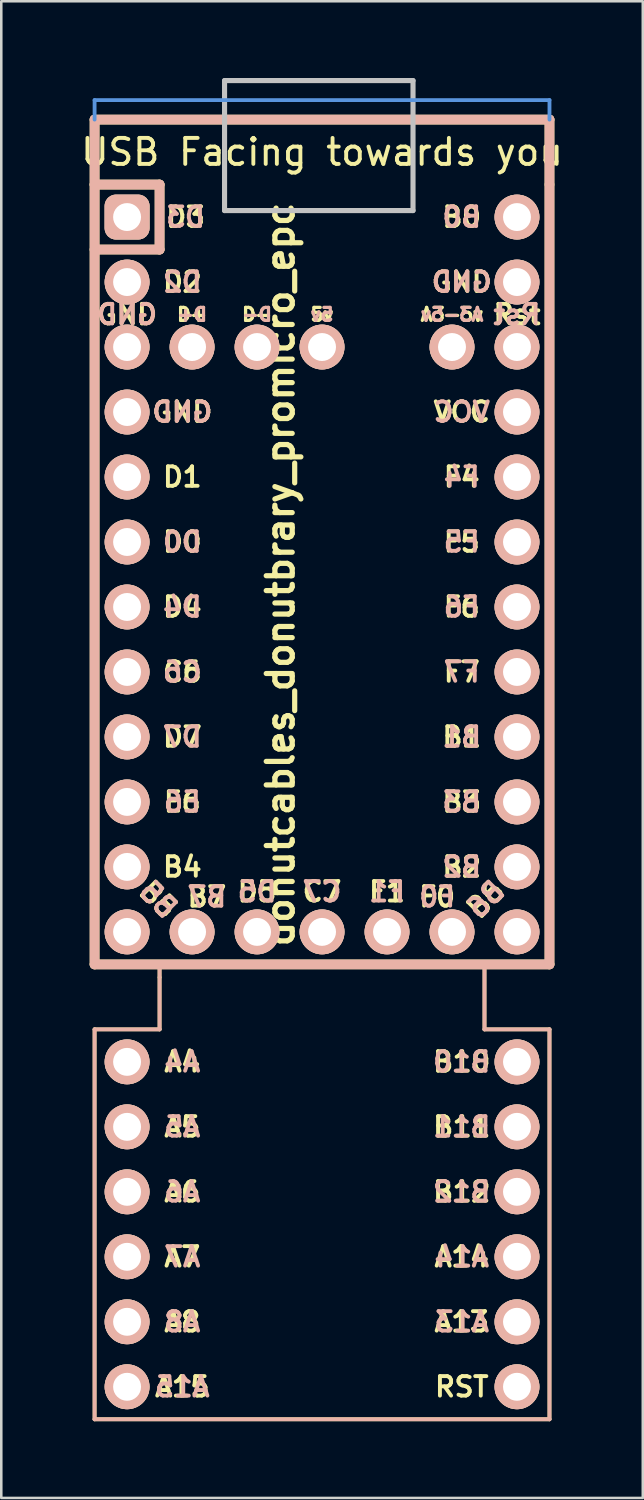
<source format=kicad_pcb>
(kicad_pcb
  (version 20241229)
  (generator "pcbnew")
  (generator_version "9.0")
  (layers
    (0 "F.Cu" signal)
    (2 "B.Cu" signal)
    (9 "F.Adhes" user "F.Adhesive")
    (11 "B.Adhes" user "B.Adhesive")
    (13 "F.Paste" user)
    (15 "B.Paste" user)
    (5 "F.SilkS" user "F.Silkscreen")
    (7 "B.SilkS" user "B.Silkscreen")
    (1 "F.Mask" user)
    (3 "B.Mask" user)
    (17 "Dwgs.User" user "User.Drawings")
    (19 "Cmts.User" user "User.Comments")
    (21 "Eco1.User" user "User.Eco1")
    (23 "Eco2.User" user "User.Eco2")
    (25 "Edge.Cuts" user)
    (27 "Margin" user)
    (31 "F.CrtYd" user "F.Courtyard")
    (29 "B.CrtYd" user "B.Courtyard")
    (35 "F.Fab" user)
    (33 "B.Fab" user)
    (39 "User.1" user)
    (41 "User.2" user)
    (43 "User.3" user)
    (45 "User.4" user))
  (footprint "donutcables_donutbrary_promicro_epc"
    (layer "F.Cu")
    (at 9.537 19.404)
    (property "Reference" "donutcables_donutbrary_promicro_epc" (at -1.625 0 270) (layer "F.SilkS") (effects (font (size 1.016 1.016) (thickness 0.203))))
    (attr through_hole)
    (fp_line (start -8.89 -17.78) (end -8.89 -15.24) (stroke (width 0.381) (type solid)) (layer "F.SilkS"))
    (fp_line (start -8.89 -15.24) (end -8.89 15.24) (stroke (width 0.381) (type solid)) (layer "F.SilkS"))
    (fp_line (start -8.89 15.24) (end 8.89 15.24) (stroke (width 0.381) (type solid)) (layer "F.SilkS"))
    (fp_line (start -8.89 33.02) (end -8.89 17.78) (stroke (width 0.15) (type solid)) (layer "F.SilkS"))
    (fp_line (start -6.35 -15.24) (end -8.89 -15.24) (stroke (width 0.381) (type solid)) (layer "F.SilkS"))
    (fp_line (start -6.35 -15.24) (end -6.35 -12.7) (stroke (width 0.381) (type solid)) (layer "F.SilkS"))
    (fp_line (start -6.35 -12.7) (end -8.89 -12.7) (stroke (width 0.381) (type solid)) (layer "F.SilkS"))
    (fp_line (start -6.35 15.748) (end -6.35 15.24) (stroke (width 0.15) (type solid)) (layer "F.SilkS"))
    (fp_line (start -6.35 15.748) (end -6.35 17.78) (stroke (width 0.15) (type solid)) (layer "F.SilkS"))
    (fp_line (start -6.35 17.78) (end -8.89 17.78) (stroke (width 0.15) (type solid)) (layer "F.SilkS"))
    (fp_line (start 6.35 15.24) (end 6.35 17.78) (stroke (width 0.15) (type solid)) (layer "F.SilkS"))
    (fp_line (start 6.35 17.78) (end 8.89 17.78) (stroke (width 0.15) (type solid)) (layer "F.SilkS"))
    (fp_line (start 8.89 -17.78) (end -8.89 -17.78) (stroke (width 0.381) (type solid)) (layer "F.SilkS"))
    (fp_line (start 8.89 -15.24) (end 8.89 -17.78) (stroke (width 0.381) (type solid)) (layer "F.SilkS"))
    (fp_line (start 8.89 15.24) (end 8.89 -15.24) (stroke (width 0.381) (type solid)) (layer "F.SilkS"))
    (fp_line (start 8.89 17.78) (end 8.89 33.02) (stroke (width 0.15) (type solid)) (layer "F.SilkS"))
    (fp_line (start 8.89 33.02) (end -8.89 33.02) (stroke (width 0.15) (type solid)) (layer "F.SilkS"))
    (fp_line (start -8.89 -17.78) (end -8.89 15.24) (stroke (width 0.381) (type solid)) (layer "B.SilkS"))
    (fp_line (start -8.89 15.24) (end 8.89 15.24) (stroke (width 0.381) (type solid)) (layer "B.SilkS"))
    (fp_line (start -8.89 17.78) (end -8.89 33.02) (stroke (width 0.15) (type solid)) (layer "B.SilkS"))
    (fp_line (start -8.89 33.02) (end 8.89 33.02) (stroke (width 0.15) (type solid)) (layer "B.SilkS"))
    (fp_line (start -6.35 -15.24) (end -8.89 -15.24) (stroke (width 0.381) (type solid)) (layer "B.SilkS"))
    (fp_line (start -6.35 -15.24) (end -6.35 -12.7) (stroke (width 0.381) (type solid)) (layer "B.SilkS"))
    (fp_line (start -6.35 -12.7) (end -8.89 -12.7) (stroke (width 0.381) (type solid)) (layer "B.SilkS"))
    (fp_line (start -6.35 15.24) (end -6.35 17.78) (stroke (width 0.15) (type solid)) (layer "B.SilkS"))
    (fp_line (start -6.35 17.78) (end -8.89 17.78) (stroke (width 0.15) (type solid)) (layer "B.SilkS"))
    (fp_line (start 6.35 17.78) (end 6.35 15.24) (stroke (width 0.15) (type solid)) (layer "B.SilkS"))
    (fp_line (start 8.89 -17.78) (end -8.89 -17.78) (stroke (width 0.381) (type solid)) (layer "B.SilkS"))
    (fp_line (start 8.89 15.24) (end 8.89 -17.78) (stroke (width 0.381) (type solid)) (layer "B.SilkS"))
    (fp_line (start 8.89 17.78) (end 6.35 17.78) (stroke (width 0.15) (type solid)) (layer "B.SilkS"))
    (fp_line (start 8.89 33.02) (end 8.89 17.78) (stroke (width 0.15) (type solid)) (layer "B.SilkS"))
    (fp_line (start -3.81 -19.304) (end 3.556 -19.304) (stroke (width 0.2) (type solid)) (layer "Dwgs.User"))
    (fp_line (start -3.81 -14.224) (end -3.81 -19.304) (stroke (width 0.2) (type solid)) (layer "Dwgs.User"))
    (fp_line (start 3.556 -19.304) (end 3.556 -14.224) (stroke (width 0.2) (type solid)) (layer "Dwgs.User"))
    (fp_line (start 3.556 -14.224) (end -3.81 -14.224) (stroke (width 0.2) (type solid)) (layer "Dwgs.User"))
    (fp_line (start -8.89 -18.542) (end 8.89 -18.542) (stroke (width 0.15) (type solid)) (layer "Cmts.User"))
    (fp_line (start -8.89 -17.78) (end -8.89 -18.542) (stroke (width 0.15) (type solid)) (layer "Cmts.User"))
    (fp_line (start 8.89 -18.542) (end 8.89 -17.78) (stroke (width 0.15) (type solid)) (layer "Cmts.User"))
    (fp_text user "A15" (at -5.461 31.75 180) (layer "F.SilkS") (effects (font (size 0.762 0.762) (thickness 0.152))))
    (fp_text user "USB Facing towards you" (at 0 -16.51 0) (layer "F.SilkS") (effects (font (size 1.016 1.016) (thickness 0.152))))
    (fp_text user "D+" (at -5.08 -10.16 0) (layer "F.SilkS") (effects (font (size 0.508 0.508) (thickness 0.152))))
    (fp_text user "E6" (at -5.461 8.89 0) (layer "F.SilkS") (effects (font (size 0.762 0.762) (thickness 0.152))))
    (fp_text user "F4" (at 5.461 -3.81 0) (layer "F.SilkS") (effects (font (size 0.762 0.762) (thickness 0.152))))
    (fp_text user "D7" (at -5.461 6.35 0) (layer "F.SilkS") (effects (font (size 0.762 0.762) (thickness 0.152))))
    (fp_text user "5v" (at 0 -10.16 0) (layer "F.SilkS") (effects (font (size 0.508 0.508) (thickness 0.152))))
    (fp_text user "A7" (at -5.461 26.67 180) (layer "F.SilkS") (effects (font (size 0.762 0.762) (thickness 0.152))))
    (fp_text user "F1" (at 2.54 12.4 0) (layer "F.SilkS") (effects (font (size 0.762 0.762) (thickness 0.152))))
    (fp_text user "GND" (at 5.461 -11.43 0) (layer "F.SilkS") (effects (font (size 0.762 0.762) (thickness 0.152))))
    (fp_text user "A13" (at 5.461 29.21 180) (layer "F.SilkS") (effects (font (size 0.762 0.762) (thickness 0.152))))
    (fp_text user "D2" (at -5.461 -11.43 0) (layer "F.SilkS") (effects (font (size 0.762 0.762) (thickness 0.152))))
    (fp_text user "F5" (at 5.461 -1.27 0) (layer "F.SilkS") (effects (font (size 0.762 0.762) (thickness 0.152))))
    (fp_text user "A4" (at -5.461 19.05 180) (layer "F.SilkS") (effects (font (size 0.762 0.762) (thickness 0.152))))
    (fp_text user "A6" (at -5.461 24.13 180) (layer "F.SilkS") (effects (font (size 0.762 0.762) (thickness 0.152))))
    (fp_text user "B7" (at -4.5 12.6 0) (layer "F.SilkS") (effects (font (size 0.762 0.762) (thickness 0.152))))
    (fp_text user "GND" (at -7.62 -10.16 0) (layer "F.SilkS") (effects (font (size 0.762 0.762) (thickness 0.152))))
    (fp_text user "B3" (at 5.461 8.89 0) (layer "F.SilkS") (effects (font (size 0.762 0.762) (thickness 0.152))))
    (fp_text user "RST" (at 5.461 31.75 180) (layer "F.SilkS") (effects (font (size 0.762 0.762) (thickness 0.152))))
    (fp_text user "D5" (at -2.54 12.4 0) (layer "F.SilkS") (effects (font (size 0.762 0.762) (thickness 0.152))))
    (fp_text user "A8" (at -5.461 29.21 180) (layer "F.SilkS") (effects (font (size 0.762 0.762) (thickness 0.152))))
    (fp_text user "B1" (at 5.461 6.35 0) (layer "F.SilkS") (effects (font (size 0.762 0.762) (thickness 0.152))))
    (fp_text user "B4" (at -5.461 11.43 0) (layer "F.SilkS") (effects (font (size 0.762 0.762) (thickness 0.152))))
    (fp_text user "A3-5v" (at 5.08 -10.16 0) (layer "F.SilkS") (effects (font (size 0.508 0.508) (thickness 0.152))))
    (fp_text user "A5" (at -5.461 21.59 180) (layer "F.SilkS") (effects (font (size 0.762 0.762) (thickness 0.152))))
    (fp_text user "D1" (at -5.461 -3.81 0) (layer "F.SilkS") (effects (font (size 0.762 0.762) (thickness 0.152))))
    (fp_text user "B12" (at 5.461 24.13 180) (layer "F.SilkS") (effects (font (size 0.762 0.762) (thickness 0.152))))
    (fp_text user "VCC" (at 5.461 -6.35 0) (layer "F.SilkS") (effects (font (size 0.762 0.762) (thickness 0.152))))
    (fp_text user "F7" (at 5.461 3.81 0) (layer "F.SilkS") (effects (font (size 0.762 0.762) (thickness 0.152))))
    (fp_text user "B2" (at 5.461 11.43 0) (layer "F.SilkS") (effects (font (size 0.762 0.762) (thickness 0.152))))
    (fp_text user "A14" (at 5.461 26.67 180) (layer "F.SilkS") (effects (font (size 0.762 0.762) (thickness 0.152))))
    (fp_text user "D4" (at -5.461 1.27 0) (layer "F.SilkS") (effects (font (size 0.762 0.762) (thickness 0.152))))
    (fp_text user "D0" (at -5.461 -1.27 0) (layer "F.SilkS") (effects (font (size 0.762 0.762) (thickness 0.152))))
    (fp_text user "D-" (at -2.54 -10.16 0) (layer "F.SilkS") (effects (font (size 0.508 0.508) (thickness 0.152))))
    (fp_text user "C7" (at 0 12.4 0) (layer "F.SilkS") (effects (font (size 0.762 0.762) (thickness 0.152))))
    (fp_text user "GND" (at -5.461 -6.35 0) (layer "F.SilkS") (effects (font (size 0.762 0.762) (thickness 0.152))))
    (fp_text user "B5" (at -6.4 12.7 315) (layer "F.SilkS") (effects (font (size 0.762 0.762) (thickness 0.152))))
    (fp_text user "F6" (at 5.461 1.27 0) (layer "F.SilkS") (effects (font (size 0.762 0.762) (thickness 0.152))))
    (fp_text user "F0" (at 4.5 12.6 0) (layer "F.SilkS") (effects (font (size 0.762 0.762) (thickness 0.152))))
    (fp_text user "B6" (at 6.4 12.7 45) (unlocked yes) (layer "F.SilkS") (effects (font (size 0.762 0.762) (thickness 0.152))))
    (fp_text user "C6" (at -5.461 3.81 0) (layer "F.SilkS") (effects (font (size 0.762 0.762) (thickness 0.152))))
    (fp_text user "Rst" (at 7.62 -10.16 0) (layer "F.SilkS") (effects (font (size 0.762 0.762) (thickness 0.152))))
    (fp_text user "B10" (at 5.461 19.05 180) (layer "F.SilkS") (effects (font (size 0.762 0.762) (thickness 0.152))))
    (fp_text user "B11" (at 5.461 21.59 180) (layer "F.SilkS") (effects (font (size 0.762 0.762) (thickness 0.152))))
    (fp_text user "D3" (at -5.334 -13.97 0) (layer "F.SilkS") (effects (font (size 0.762 0.762) (thickness 0.152))))
    (fp_text user "B0" (at 5.461 -13.97 0) (layer "F.SilkS") (effects (font (size 0.762 0.762) (thickness 0.152))))
    (fp_text user "D5" (at -2.54 12.4 0) (layer "B.SilkS") (effects (font (size 0.762 0.762) (thickness 0.152)) (justify mirror)))
    (fp_text user "B12" (at 5.461 24.13 0) (layer "B.SilkS") (effects (font (size 0.762 0.762) (thickness 0.152)) (justify mirror)))
    (fp_text user "5v" (at 0 -10.16 0) (layer "B.SilkS") (effects (font (size 0.508 0.508) (thickness 0.152)) (justify mirror)))
    (fp_text user "A5" (at -5.461 21.59 0) (layer "B.SilkS") (effects (font (size 0.762 0.762) (thickness 0.152)) (justify mirror)))
    (fp_text user "B3" (at 5.461 8.89 0) (layer "B.SilkS") (effects (font (size 0.762 0.762) (thickness 0.152)) (justify mirror)))
    (fp_text user "B0" (at 5.461 -13.97 0) (layer "B.SilkS") (effects (font (size 0.762 0.762) (thickness 0.152)) (justify mirror)))
    (fp_text user "A13" (at 5.461 29.21 0) (layer "B.SilkS") (effects (font (size 0.762 0.762) (thickness 0.152)) (justify mirror)))
    (fp_text user "D4" (at -5.461 1.27 0) (layer "B.SilkS") (effects (font (size 0.762 0.762) (thickness 0.152)) (justify mirror)))
    (fp_text user "B11" (at 5.461 21.59 0) (layer "B.SilkS") (effects (font (size 0.762 0.762) (thickness 0.152)) (justify mirror)))
    (fp_text user "D3" (at -5.334 -13.97 0) (layer "B.SilkS") (effects (font (size 0.762 0.762) (thickness 0.152)) (justify mirror)))
    (fp_text user "F0" (at 4.5 12.6 0) (layer "B.SilkS") (effects (font (size 0.762 0.762) (thickness 0.152)) (justify mirror)))
    (fp_text user "F6" (at 5.461 1.27 0) (layer "B.SilkS") (effects (font (size 0.762 0.762) (thickness 0.152)) (justify mirror)))
    (fp_text user "F5" (at 5.461 -1.27 0) (layer "B.SilkS") (effects (font (size 0.762 0.762) (thickness 0.152)) (justify mirror)))
    (fp_text user "A6" (at -5.461 24.13 0) (layer "B.SilkS") (effects (font (size 0.762 0.762) (thickness 0.152)) (justify mirror)))
    (fp_text user "B10" (at 5.461 19.05 0) (layer "B.SilkS") (effects (font (size 0.762 0.762) (thickness 0.152)) (justify mirror)))
    (fp_text user "D7" (at -5.461 6.35 0) (layer "B.SilkS") (effects (font (size 0.762 0.762) (thickness 0.152)) (justify mirror)))
    (fp_text user "B5" (at -6.4 12.7 315) (layer "B.SilkS") (effects (font (size 0.762 0.762) (thickness 0.152)) (justify mirror)))
    (fp_text user "B6" (at 6.4 12.7 45) (unlocked yes) (layer "B.SilkS") (effects (font (size 0.762 0.762) (thickness 0.152)) (justify mirror)))
    (fp_text user "F1" (at 2.54 12.4 0) (layer "B.SilkS") (effects (font (size 0.762 0.762) (thickness 0.152)) (justify mirror)))
    (fp_text user "A4" (at -5.461 19.05 0) (layer "B.SilkS") (effects (font (size 0.762 0.762) (thickness 0.152)) (justify mirror)))
    (fp_text user "A15" (at -5.461 31.75 0) (layer "B.SilkS") (effects (font (size 0.762 0.762) (thickness 0.152)) (justify mirror)))
    (fp_text user "D0" (at -5.461 -1.27 0) (layer "B.SilkS") (effects (font (size 0.762 0.762) (thickness 0.152)) (justify mirror)))
    (fp_text user "RST" (at 5.461 31.75 0) (layer "B.SilkS") (effects (font (size 0.762 0.001) (thickness 0.152)) (justify mirror)))
    (fp_text user "B4" (at -5.461 11.43 0) (layer "B.SilkS") (effects (font (size 0.001 0.762) (thickness 0.152)) (justify mirror)))
    (fp_text user "A14" (at 5.461 26.67 0) (layer "B.SilkS") (effects (font (size 0.762 0.762) (thickness 0.152)) (justify mirror)))
    (fp_text user "A3-5v" (at 5.08 -10.16 0) (layer "B.SilkS") (effects (font (size 0.508 0.508) (thickness 0.152)) (justify mirror)))
    (fp_text user "D+" (at -5.08 -10.16 0) (layer "B.SilkS") (effects (font (size 0.508 0.508) (thickness 0.152)) (justify mirror)))
    (fp_text user "C7" (at 0 12.4 0) (layer "B.SilkS") (effects (font (size 0.762 0.762) (thickness 0.152)) (justify mirror)))
    (fp_text user "C6" (at -5.461 3.81 0) (layer "B.SilkS") (effects (font (size 0.762 0.762) (thickness 0.152)) (justify mirror)))
    (fp_text user "B1" (at 5.461 6.35 0) (layer "B.SilkS") (effects (font (size 0.762 0.762) (thickness 0.152)) (justify mirror)))
    (fp_text user "F4" (at 5.461 -3.81 0) (layer "B.SilkS") (effects (font (size 0.762 0.762) (thickness 0.152)) (justify mirror)))
    (fp_text user "D2" (at -5.461 -11.43 0) (layer "B.SilkS") (effects (font (size 0.762 0.762) (thickness 0.152)) (justify mirror)))
    (fp_text user "B2" (at 5.461 11.43 0) (layer "B.SilkS") (effects (font (size 0.762 0.762) (thickness 0.152)) (justify mirror)))
    (fp_text user "Rst" (at 7.62 -10.16 0) (layer "B.SilkS") (effects (font (size 0.762 0.762) (thickness 0.152)) (justify mirror)))
    (fp_text user "GND" (at -5.461 -6.35 0) (layer "B.SilkS") (effects (font (size 0.762 0.762) (thickness 0.152)) (justify mirror)))
    (fp_text user "D-" (at -2.54 -10.16 0) (layer "B.SilkS") (effects (font (size 0.508 0.508) (thickness 0.152)) (justify mirror)))
    (fp_text user "B7" (at -4.5 12.6 0) (layer "B.SilkS") (effects (font (size 0.762 0.762) (thickness 0.152)) (justify mirror)))
    (fp_text user "E6" (at -5.461 8.89 0) (layer "B.SilkS") (effects (font (size 0.762 0.762) (thickness 0.152)) (justify mirror)))
    (fp_text user "GND" (at -7.62 -10.16 0) (layer "B.SilkS") (effects (font (size 0.762 0.762) (thickness 0.152)) (justify mirror)))
    (fp_text user "GND" (at 5.461 -11.43 0) (layer "B.SilkS") (effects (font (size 0.762 0.762) (thickness 0.152)) (justify mirror)))
    (fp_text user "A7" (at -5.461 26.67 0) (layer "B.SilkS") (effects (font (size 0.762 0.762) (thickness 0.152)) (justify mirror)))
    (fp_text user "VCC" (at 5.461 -6.35 0) (layer "B.SilkS") (effects (font (size 0.762 0.762) (thickness 0.152)) (justify mirror)))
    (fp_text user "A8" (at -5.461 29.21 0) (layer "B.SilkS") (effects (font (size 0.762 0.762) (thickness 0.152)) (justify mirror)))
    (fp_text user "F7" (at 5.461 3.81 0) (layer "B.SilkS") (effects (font (size 0.762 0.762) (thickness 0.152)) (justify mirror)))
    (fp_text user "D1" (at -5.461 -3.81 0) (layer "B.SilkS") (effects (font (size 0.001 0.762) (thickness 0.152)) (justify mirror)))
    (pad "1" thru_hole roundrect (at -7.62 -13.97 270) (size 1.753 1.753) (drill 1.092) (layers "*.Cu" "*.SilkS" "*.Mask") (roundrect_rratio 0.25))
    (pad "2" thru_hole circle (at -7.62 -11.43 270) (size 1.753 1.753) (drill 1.092) (layers "*.Cu" "*.SilkS" "*.Mask"))
    (pad "3" thru_hole circle (at -7.62 -8.89 270) (size 1.753 1.753) (drill 1.092) (layers "*.Cu" "*.SilkS" "*.Mask"))
    (pad "4" thru_hole circle (at -7.62 -6.35 270) (size 1.753 1.753) (drill 1.092) (layers "*.Cu" "*.SilkS" "*.Mask"))
    (pad "5" thru_hole circle (at -7.62 -3.81 270) (size 1.753 1.753) (drill 1.092) (layers "*.Cu" "*.SilkS" "*.Mask"))
    (pad "6" thru_hole circle (at -7.62 -1.27 270) (size 1.753 1.753) (drill 1.092) (layers "*.Cu" "*.SilkS" "*.Mask"))
    (pad "7" thru_hole circle (at -7.62 1.27 270) (size 1.753 1.753) (drill 1.092) (layers "*.Cu" "*.SilkS" "*.Mask"))
    (pad "8" thru_hole circle (at -7.62 3.81 270) (size 1.753 1.753) (drill 1.092) (layers "*.Cu" "*.SilkS" "*.Mask"))
    (pad "9" thru_hole circle (at -7.62 6.35 270) (size 1.753 1.753) (drill 1.092) (layers "*.Cu" "*.SilkS" "*.Mask"))
    (pad "10" thru_hole circle (at -7.62 8.89 270) (size 1.753 1.753) (drill 1.092) (layers "*.Cu" "*.SilkS" "*.Mask"))
    (pad "11" thru_hole circle (at -7.62 11.43 270) (size 1.753 1.753) (drill 1.092) (layers "*.Cu" "*.SilkS" "*.Mask"))
    (pad "12" thru_hole circle (at -7.62 13.97 270) (size 1.753 1.753) (drill 1.092) (layers "*.Cu" "*.SilkS" "*.Mask"))
    (pad "13" thru_hole circle (at 7.62 13.97 270) (size 1.753 1.753) (drill 1.092) (layers "*.Cu" "*.SilkS" "*.Mask"))
    (pad "14" thru_hole circle (at 7.62 11.43 270) (size 1.753 1.753) (drill 1.092) (layers "*.Cu" "*.SilkS" "*.Mask"))
    (pad "15" thru_hole circle (at 7.62 8.89 270) (size 1.753 1.753) (drill 1.092) (layers "*.Cu" "*.SilkS" "*.Mask"))
    (pad "16" thru_hole circle (at 7.62 6.35 270) (size 1.753 1.753) (drill 1.092) (layers "*.Cu" "*.SilkS" "*.Mask"))
    (pad "17" thru_hole circle (at 7.62 3.81 270) (size 1.753 1.753) (drill 1.092) (layers "*.Cu" "*.SilkS" "*.Mask"))
    (pad "18" thru_hole circle (at 7.62 1.27 270) (size 1.753 1.753) (drill 1.092) (layers "*.Cu" "*.SilkS" "*.Mask"))
    (pad "19" thru_hole circle (at 7.62 -1.27 270) (size 1.753 1.753) (drill 1.092) (layers "*.Cu" "*.SilkS" "*.Mask"))
    (pad "20" thru_hole circle (at 7.62 -3.81 270) (size 1.753 1.753) (drill 1.092) (layers "*.Cu" "*.SilkS" "*.Mask"))
    (pad "21" thru_hole circle (at 7.62 -6.35 270) (size 1.753 1.753) (drill 1.092) (layers "*.Cu" "*.SilkS" "*.Mask"))
    (pad "22" thru_hole circle (at 7.62 -8.89 270) (size 1.753 1.753) (drill 1.092) (layers "*.Cu" "*.SilkS" "*.Mask"))
    (pad "23" thru_hole circle (at 7.62 -11.43 270) (size 1.753 1.753) (drill 1.092) (layers "*.Cu" "*.SilkS" "*.Mask"))
    (pad "24" thru_hole circle (at 7.62 -13.97 270) (size 1.753 1.753) (drill 1.092) (layers "*.Cu" "*.SilkS" "*.Mask"))
    (pad "25" thru_hole circle (at -5.08 13.97 270) (size 1.753 1.753) (drill 1.092) (layers "*.Cu" "*.SilkS" "*.Mask"))
    (pad "26" thru_hole circle (at -2.54 13.97 270) (size 1.753 1.753) (drill 1.092) (layers "*.Cu" "*.SilkS" "*.Mask"))
    (pad "27" thru_hole circle (at 0 13.97 270) (size 1.753 1.753) (drill 1.092) (layers "*.Cu" "*.SilkS" "*.Mask"))
    (pad "28" thru_hole circle (at 2.54 13.97 270) (size 1.753 1.753) (drill 1.092) (layers "*.Cu" "*.SilkS" "*.Mask"))
    (pad "29" thru_hole circle (at 5.08 13.97 270) (size 1.753 1.753) (drill 1.092) (layers "*.Cu" "*.SilkS" "*.Mask"))
    (pad "30" thru_hole circle (at 7.62 19.05 90) (size 1.753 1.753) (drill 1.092) (layers "*.Cu" "*.SilkS" "*.Mask"))
    (pad "31" thru_hole circle (at 7.62 21.59 90) (size 1.753 1.753) (drill 1.092) (layers "*.Cu" "*.SilkS" "*.Mask"))
    (pad "32" thru_hole circle (at 7.62 24.13 90) (size 1.753 1.753) (drill 1.092) (layers "*.Cu" "*.SilkS" "*.Mask"))
    (pad "33" thru_hole circle (at 7.62 26.67 90) (size 1.753 1.753) (drill 1.092) (layers "*.Cu" "*.SilkS" "*.Mask"))
    (pad "34" thru_hole circle (at 7.62 29.21 90) (size 1.753 1.753) (drill 1.092) (layers "*.Cu" "*.SilkS" "*.Mask"))
    (pad "35" thru_hole circle (at 7.62 31.75 90) (size 1.753 1.753) (drill 1.092) (layers "*.Cu" "*.SilkS" "*.Mask"))
    (pad "36" thru_hole circle (at -7.62 31.75 90) (size 1.753 1.753) (drill 1.092) (layers "*.Cu" "*.SilkS" "*.Mask"))
    (pad "37" thru_hole circle (at -7.62 29.21 90) (size 1.753 1.753) (drill 1.092) (layers "*.Cu" "*.SilkS" "*.Mask"))
    (pad "38" thru_hole circle (at -7.62 26.67 90) (size 1.753 1.753) (drill 1.092) (layers "*.Cu" "*.SilkS" "*.Mask"))
    (pad "39" thru_hole circle (at -7.62 24.13 90) (size 1.753 1.753) (drill 1.092) (layers "*.Cu" "*.SilkS" "*.Mask"))
    (pad "40" thru_hole circle (at -7.62 21.59 90) (size 1.753 1.753) (drill 1.092) (layers "*.Cu" "*.SilkS" "*.Mask"))
    (pad "41" thru_hole circle (at -7.62 19.05 90) (size 1.753 1.753) (drill 1.092) (layers "*.Cu" "*.SilkS" "*.Mask"))
    (pad "42" thru_hole circle (at -5.08 -8.89 270) (size 1.753 1.753) (drill 1.092) (layers "*.Cu" "*.SilkS" "*.Mask"))
    (pad "43" thru_hole circle (at -2.54 -8.89 270) (size 1.753 1.753) (drill 1.092) (layers "*.Cu" "*.SilkS" "*.Mask"))
    (pad "44" thru_hole circle (at 0 -8.89 270) (size 1.753 1.753) (drill 1.092) (layers "*.Cu" "*.SilkS" "*.Mask"))
    (pad "45" thru_hole circle (at 5.08 -8.89 270) (size 1.753 1.753) (drill 1.092) (layers "*.Cu" "*.SilkS" "*.Mask")))
  (gr_rect
    (start -3 -3)
    (end 22.074 55.499)
    (stroke (width 0.1) (type default))
    (fill no)
    (layer "Edge.Cuts")))
</source>
